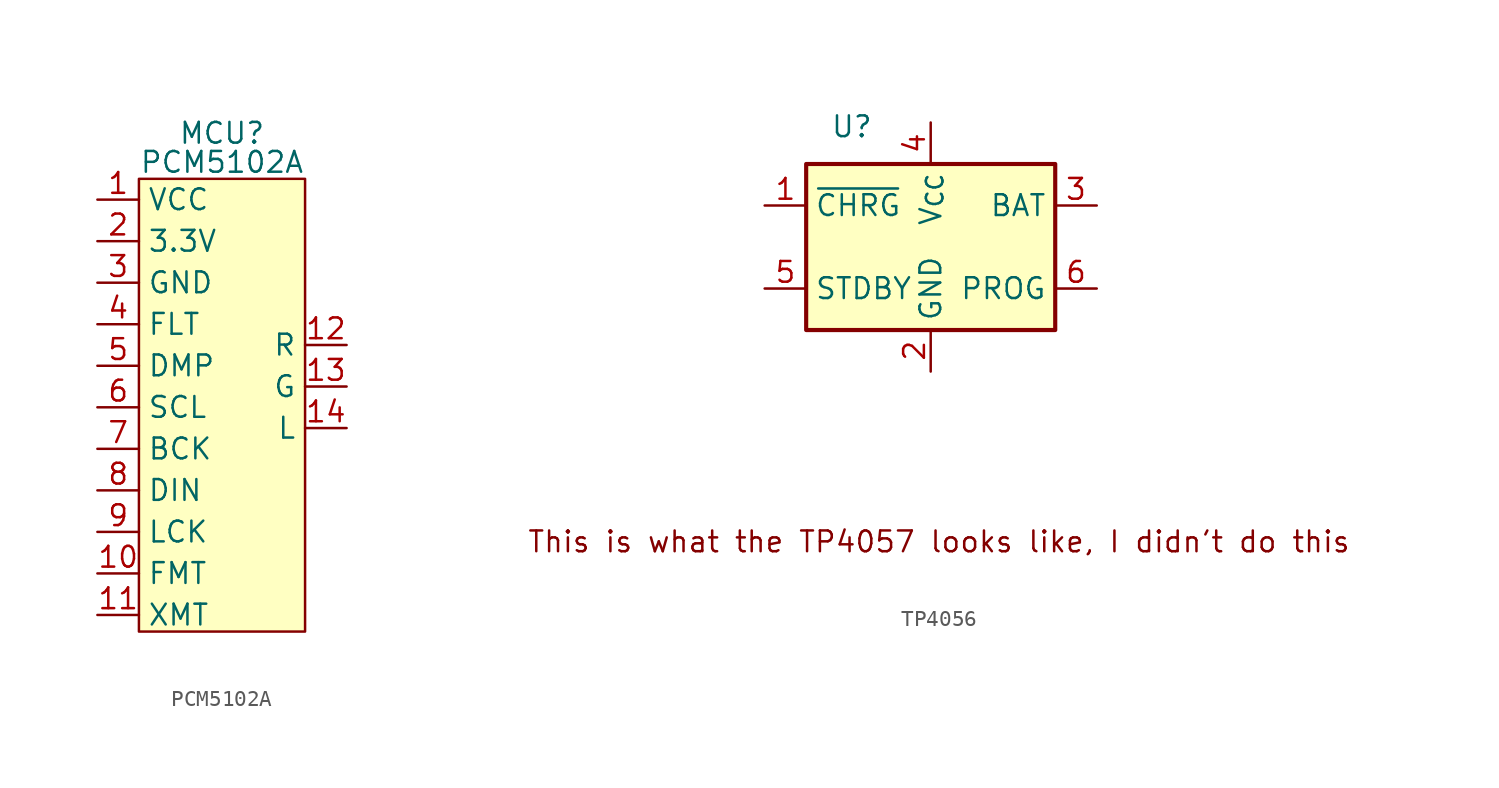
<source format=kicad_sym>
(kicad_symbol_lib
  (version 20231120)
  (generator "kicad_symbol_editor")
  (generator_version "8.0")
  (symbol "PCM5102A"
    (property "Reference" "MCU"
      (at 0 7.874 0)
      (effects (font (size 1.27 1.27))))
    (property "Value" "PCM5102A"
      (at 0 6.096 0)
      (effects (font (size 1.27 1.27))))
    (symbol "PCM5102A_1_1"
      (rectangle (start -5.08 5.08) (end 5.08 -22.606) (stroke (width 0) (type default)) (fill (type background)))
      (pin input line (at -7.62 3.81 0) (length 2.54) (name "VCC" (effects (font (size 1.27 1.27)))) (number "1" (effects (font (size 1.27 1.27)))))
      (pin input line (at -7.62 -19.05 0) (length 2.54) (name "FMT" (effects (font (size 1.27 1.27)))) (number "10" (effects (font (size 1.27 1.27)))))
      (pin input line (at -7.62 -21.59 0) (length 2.54) (name "XMT" (effects (font (size 1.27 1.27)))) (number "11" (effects (font (size 1.27 1.27)))))
      (pin input line (at 7.62 -5.08 180) (length 2.54) (name "R" (effects (font (size 1.27 1.27)))) (number "12" (effects (font (size 1.27 1.27)))))
      (pin input line (at 7.62 -7.62 180) (length 2.54) (name "G" (effects (font (size 1.27 1.27)))) (number "13" (effects (font (size 1.27 1.27)))))
      (pin input line (at 7.62 -10.16 180) (length 2.54) (name "L" (effects (font (size 1.27 1.27)))) (number "14" (effects (font (size 1.27 1.27)))))
      (pin input line (at -7.62 1.27 0) (length 2.54) (name "3.3V" (effects (font (size 1.27 1.27)))) (number "2" (effects (font (size 1.27 1.27)))))
      (pin input line (at -7.62 -1.27 0) (length 2.54) (name "GND" (effects (font (size 1.27 1.27)))) (number "3" (effects (font (size 1.27 1.27)))))
      (pin input line (at -7.62 -3.81 0) (length 2.54) (name "FLT" (effects (font (size 1.27 1.27)))) (number "4" (effects (font (size 1.27 1.27)))))
      (pin input line (at -7.62 -6.35 0) (length 2.54) (name "DMP" (effects (font (size 1.27 1.27)))) (number "5" (effects (font (size 1.27 1.27)))))
      (pin input line (at -7.62 -8.89 0) (length 2.54) (name "SCL" (effects (font (size 1.27 1.27)))) (number "6" (effects (font (size 1.27 1.27)))))
      (pin input line (at -7.62 -11.43 0) (length 2.54) (name "BCK" (effects (font (size 1.27 1.27)))) (number "7" (effects (font (size 1.27 1.27)))))
      (pin input line (at -7.62 -13.97 0) (length 2.54) (name "DIN" (effects (font (size 1.27 1.27)))) (number "8" (effects (font (size 1.27 1.27)))))
      (pin input line (at -7.62 -16.51 0) (length 2.54) (name "LCK" (effects (font (size 1.27 1.27)))) (number "9" (effects (font (size 1.27 1.27)))))))
  (symbol "TP4056"
    (property "Reference" "U"
      (at -4.826 2.286 0)
      (effects (font (size 1.27 1.27))))
    (property "Value" ""
      (at 0 0 0)
      (effects (font (size 1.27 1.27))))
    (symbol "TP4056_0_1"
      (rectangle (start -7.62 0) (end 7.62 -10.16) (stroke (width 0.254) (type default)) (fill (type background))))
    (symbol "TP4056_1_1"
      (text "This is what the TP4057 looks like, I didn't do this\n" (at 0.508 -23.114 0) (effects (font (size 1.27 1.27))))
      (pin open_collector line (at -10.16 -2.54 0) (length 2.54) (name "~{CHRG}" (effects (font (size 1.27 1.27)))) (number "1" (effects (font (size 1.27 1.27)))))
      (pin power_in line (at 0 -12.7 90) (length 2.54) (name "GND" (effects (font (size 1.27 1.27)))) (number "2" (effects (font (size 1.27 1.27)))))
      (pin power_out line (at 10.16 -2.54 180) (length 2.54) (name "BAT" (effects (font (size 1.27 1.27)))) (number "3" (effects (font (size 1.27 1.27)))))
      (pin power_in line (at 0 2.54 270) (length 2.54) (name "V_{CC}" (effects (font (size 1.27 1.27)))) (number "4" (effects (font (size 1.27 1.27)))))
      (pin open_collector line (at -10.16 -7.62 0) (length 2.54) (name "STDBY" (effects (font (size 1.27 1.27)))) (number "5" (effects (font (size 1.27 1.27)))))
      (pin passive line (at 10.16 -7.62 180) (length 2.54) (name "PROG" (effects (font (size 1.27 1.27)))) (number "6" (effects (font (size 1.27 1.27))))))))
</source>
